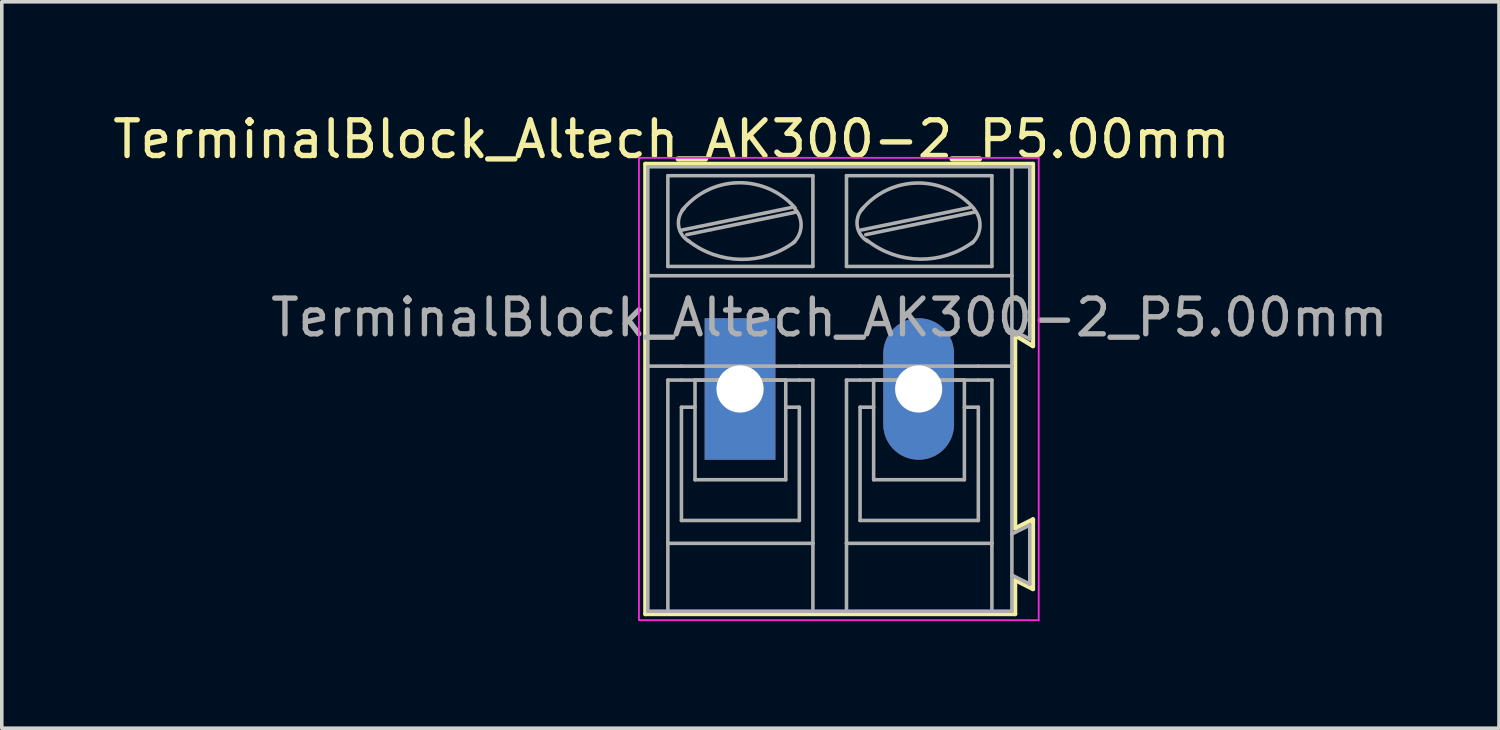
<source format=kicad_pcb>
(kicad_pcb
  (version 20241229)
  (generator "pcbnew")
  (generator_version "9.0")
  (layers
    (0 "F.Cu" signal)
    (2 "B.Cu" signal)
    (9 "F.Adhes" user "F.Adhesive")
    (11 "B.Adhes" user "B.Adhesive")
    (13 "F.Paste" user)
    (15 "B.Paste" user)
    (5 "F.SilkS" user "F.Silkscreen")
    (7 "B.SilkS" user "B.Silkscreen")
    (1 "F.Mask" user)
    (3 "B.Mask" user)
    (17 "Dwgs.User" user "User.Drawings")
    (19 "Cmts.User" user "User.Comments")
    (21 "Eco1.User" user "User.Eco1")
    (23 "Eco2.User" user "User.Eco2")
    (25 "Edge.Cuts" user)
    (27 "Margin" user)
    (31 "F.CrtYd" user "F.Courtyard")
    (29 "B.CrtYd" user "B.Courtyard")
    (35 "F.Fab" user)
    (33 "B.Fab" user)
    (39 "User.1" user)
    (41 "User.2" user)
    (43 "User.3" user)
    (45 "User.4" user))
  (footprint "TerminalBlock_Altech_AK300-2_P5.00mm"
    (layer "F.Cu")
    (at 17.664 7.838)
    (property "Reference" "TerminalBlock_Altech_AK300-2_P5.00mm" (at -1.92 -6.99 0) (layer "F.SilkS") (effects (font (size 1 1) (thickness 0.15))))
    (attr through_hole)
    (fp_line (start -2.65 -6.3) (end -2.65 6.3) (stroke (width 0.12) (type solid)) (layer "F.SilkS"))
    (fp_line (start -2.65 6.3) (end 7.7 6.3) (stroke (width 0.12) (type solid)) (layer "F.SilkS"))
    (fp_line (start 7.7 -1.5) (end 8.2 -1.2) (stroke (width 0.12) (type solid)) (layer "F.SilkS"))
    (fp_line (start 7.7 3.9) (end 7.7 -1.5) (stroke (width 0.12) (type solid)) (layer "F.SilkS"))
    (fp_line (start 7.7 5.35) (end 8.2 5.6) (stroke (width 0.12) (type solid)) (layer "F.SilkS"))
    (fp_line (start 7.7 6.3) (end 7.7 5.35) (stroke (width 0.12) (type solid)) (layer "F.SilkS"))
    (fp_line (start 8.2 -6.3) (end -2.65 -6.3) (stroke (width 0.12) (type solid)) (layer "F.SilkS"))
    (fp_line (start 8.2 -1.2) (end 8.2 -6.3) (stroke (width 0.12) (type solid)) (layer "F.SilkS"))
    (fp_line (start 8.2 3.65) (end 7.7 3.9) (stroke (width 0.12) (type solid)) (layer "F.SilkS"))
    (fp_line (start 8.2 3.7) (end 8.2 3.65) (stroke (width 0.12) (type solid)) (layer "F.SilkS"))
    (fp_line (start 8.2 5.6) (end 8.2 3.7) (stroke (width 0.12) (type solid)) (layer "F.SilkS"))
    (fp_line (start -2.83 -6.47) (end -2.83 6.47) (stroke (width 0.05) (type solid)) (layer "F.CrtYd"))
    (fp_line (start -2.83 -6.47) (end 8.36 -6.47) (stroke (width 0.05) (type solid)) (layer "F.CrtYd"))
    (fp_line (start 8.36 6.47) (end -2.83 6.47) (stroke (width 0.05) (type solid)) (layer "F.CrtYd"))
    (fp_line (start 8.36 6.47) (end 8.36 -6.47) (stroke (width 0.05) (type solid)) (layer "F.CrtYd"))
    (fp_line (start -2.58 -3.17) (end -2.58 -6.22) (stroke (width 0.1) (type solid)) (layer "F.Fab"))
    (fp_line (start -2.58 -3.17) (end 7.61 -3.17) (stroke (width 0.1) (type solid)) (layer "F.Fab"))
    (fp_line (start -2.58 -0.64) (end -2.58 -3.17) (stroke (width 0.1) (type solid)) (layer "F.Fab"))
    (fp_line (start -2.58 -0.64) (end -1.64 -0.64) (stroke (width 0.1) (type solid)) (layer "F.Fab"))
    (fp_line (start -2.58 6.22) (end -2.58 -0.64) (stroke (width 0.1) (type solid)) (layer "F.Fab"))
    (fp_line (start -2.58 6.22) (end -2.02 6.22) (stroke (width 0.1) (type solid)) (layer "F.Fab"))
    (fp_line (start -2.02 -3.43) (end -2.02 -5.97) (stroke (width 0.1) (type solid)) (layer "F.Fab"))
    (fp_line (start -2.02 -0.25) (end -2.02 4.32) (stroke (width 0.1) (type solid)) (layer "F.Fab"))
    (fp_line (start -2.02 -0.25) (end -1.64 -0.25) (stroke (width 0.1) (type solid)) (layer "F.Fab"))
    (fp_line (start -2.02 4.32) (end -2.02 6.22) (stroke (width 0.1) (type solid)) (layer "F.Fab"))
    (fp_line (start -2.02 6.22) (end 2.04 6.22) (stroke (width 0.1) (type solid)) (layer "F.Fab"))
    (fp_line (start -1.64 -0.64) (end 1.66 -0.64) (stroke (width 0.1) (type solid)) (layer "F.Fab"))
    (fp_line (start -1.64 0.51) (end -1.26 0.51) (stroke (width 0.1) (type solid)) (layer "F.Fab"))
    (fp_line (start -1.64 3.68) (end -1.64 0.51) (stroke (width 0.1) (type solid)) (layer "F.Fab"))
    (fp_line (start -1.62 -4.45) (end 1.44 -5.08) (stroke (width 0.1) (type solid)) (layer "F.Fab"))
    (fp_line (start -1.49 -4.32) (end 1.56 -4.95) (stroke (width 0.1) (type solid)) (layer "F.Fab"))
    (fp_line (start -1.26 -0.25) (end 1.28 -0.25) (stroke (width 0.1) (type solid)) (layer "F.Fab"))
    (fp_line (start -1.26 2.54) (end -1.26 -0.25) (stroke (width 0.1) (type solid)) (layer "F.Fab"))
    (fp_line (start -1.26 2.54) (end 1.28 2.54) (stroke (width 0.1) (type solid)) (layer "F.Fab"))
    (fp_line (start 1.28 2.54) (end 1.28 -0.25) (stroke (width 0.1) (type solid)) (layer "F.Fab"))
    (fp_line (start 1.66 -0.64) (end 3.36 -0.64) (stroke (width 0.1) (type solid)) (layer "F.Fab"))
    (fp_line (start 1.66 -0.25) (end -1.64 -0.25) (stroke (width 0.1) (type solid)) (layer "F.Fab"))
    (fp_line (start 1.66 0.51) (end 1.28 0.51) (stroke (width 0.1) (type solid)) (layer "F.Fab"))
    (fp_line (start 1.66 3.68) (end -1.64 3.68) (stroke (width 0.1) (type solid)) (layer "F.Fab"))
    (fp_line (start 1.66 3.68) (end 1.66 0.51) (stroke (width 0.1) (type solid)) (layer "F.Fab"))
    (fp_line (start 2.04 -5.97) (end -2.02 -5.97) (stroke (width 0.1) (type solid)) (layer "F.Fab"))
    (fp_line (start 2.04 -3.43) (end -2.02 -3.43) (stroke (width 0.1) (type solid)) (layer "F.Fab"))
    (fp_line (start 2.04 -3.43) (end 2.04 -5.97) (stroke (width 0.1) (type solid)) (layer "F.Fab"))
    (fp_line (start 2.04 -0.25) (end 1.66 -0.25) (stroke (width 0.1) (type solid)) (layer "F.Fab"))
    (fp_line (start 2.04 4.32) (end -2.02 4.32) (stroke (width 0.1) (type solid)) (layer "F.Fab"))
    (fp_line (start 2.04 4.32) (end 2.04 -0.25) (stroke (width 0.1) (type solid)) (layer "F.Fab"))
    (fp_line (start 2.04 6.22) (end 2.04 4.32) (stroke (width 0.1) (type solid)) (layer "F.Fab"))
    (fp_line (start 2.04 6.22) (end 2.98 6.22) (stroke (width 0.1) (type solid)) (layer "F.Fab"))
    (fp_line (start 2.98 -5.97) (end 7.05 -5.97) (stroke (width 0.1) (type solid)) (layer "F.Fab"))
    (fp_line (start 2.98 -3.43) (end 2.98 -5.97) (stroke (width 0.1) (type solid)) (layer "F.Fab"))
    (fp_line (start 2.98 -0.25) (end 3.36 -0.25) (stroke (width 0.1) (type solid)) (layer "F.Fab"))
    (fp_line (start 2.98 4.32) (end 2.98 -0.25) (stroke (width 0.1) (type solid)) (layer "F.Fab"))
    (fp_line (start 2.98 4.32) (end 7.05 4.32) (stroke (width 0.1) (type solid)) (layer "F.Fab"))
    (fp_line (start 2.98 6.22) (end 2.98 4.32) (stroke (width 0.1) (type solid)) (layer "F.Fab"))
    (fp_line (start 2.98 6.22) (end 7.05 6.22) (stroke (width 0.1) (type solid)) (layer "F.Fab"))
    (fp_line (start 3.36 -0.25) (end 6.67 -0.25) (stroke (width 0.1) (type solid)) (layer "F.Fab"))
    (fp_line (start 3.36 0.51) (end 3.74 0.51) (stroke (width 0.1) (type solid)) (layer "F.Fab"))
    (fp_line (start 3.36 3.68) (end 3.36 0.51) (stroke (width 0.1) (type solid)) (layer "F.Fab"))
    (fp_line (start 3.39 -4.45) (end 6.44 -5.08) (stroke (width 0.1) (type solid)) (layer "F.Fab"))
    (fp_line (start 3.52 -4.32) (end 6.56 -4.95) (stroke (width 0.1) (type solid)) (layer "F.Fab"))
    (fp_line (start 3.74 -0.25) (end 6.28 -0.25) (stroke (width 0.1) (type solid)) (layer "F.Fab"))
    (fp_line (start 3.74 2.54) (end 3.74 -0.25) (stroke (width 0.1) (type solid)) (layer "F.Fab"))
    (fp_line (start 3.74 2.54) (end 6.28 2.54) (stroke (width 0.1) (type solid)) (layer "F.Fab"))
    (fp_line (start 6.28 2.54) (end 6.28 -0.25) (stroke (width 0.1) (type solid)) (layer "F.Fab"))
    (fp_line (start 6.67 -0.64) (end 3.36 -0.64) (stroke (width 0.1) (type solid)) (layer "F.Fab"))
    (fp_line (start 6.67 0.51) (end 6.28 0.51) (stroke (width 0.1) (type solid)) (layer "F.Fab"))
    (fp_line (start 6.67 3.68) (end 3.36 3.68) (stroke (width 0.1) (type solid)) (layer "F.Fab"))
    (fp_line (start 6.67 3.68) (end 6.67 0.51) (stroke (width 0.1) (type solid)) (layer "F.Fab"))
    (fp_line (start 7.05 -5.97) (end 7.05 -3.43) (stroke (width 0.1) (type solid)) (layer "F.Fab"))
    (fp_line (start 7.05 -3.43) (end 2.98 -3.43) (stroke (width 0.1) (type solid)) (layer "F.Fab"))
    (fp_line (start 7.05 -0.25) (end 6.67 -0.25) (stroke (width 0.1) (type solid)) (layer "F.Fab"))
    (fp_line (start 7.05 -0.25) (end 7.05 4.32) (stroke (width 0.1) (type solid)) (layer "F.Fab"))
    (fp_line (start 7.05 4.32) (end 7.05 6.22) (stroke (width 0.1) (type solid)) (layer "F.Fab"))
    (fp_line (start 7.05 6.22) (end 7.61 6.22) (stroke (width 0.1) (type solid)) (layer "F.Fab"))
    (fp_line (start 7.61 -6.22) (end -2.58 -6.22) (stroke (width 0.1) (type solid)) (layer "F.Fab"))
    (fp_line (start 7.61 -6.22) (end 7.61 -3.17) (stroke (width 0.1) (type solid)) (layer "F.Fab"))
    (fp_line (start 7.61 -6.22) (end 8.11 -6.22) (stroke (width 0.1) (type solid)) (layer "F.Fab"))
    (fp_line (start 7.61 -3.17) (end 7.61 -1.65) (stroke (width 0.1) (type solid)) (layer "F.Fab"))
    (fp_line (start 7.61 -1.65) (end 7.61 -0.64) (stroke (width 0.1) (type solid)) (layer "F.Fab"))
    (fp_line (start 7.61 -0.64) (end 6.67 -0.64) (stroke (width 0.1) (type solid)) (layer "F.Fab"))
    (fp_line (start 7.61 -0.64) (end 7.61 4.06) (stroke (width 0.1) (type solid)) (layer "F.Fab"))
    (fp_line (start 7.61 4.06) (end 7.61 5.21) (stroke (width 0.1) (type solid)) (layer "F.Fab"))
    (fp_line (start 7.61 5.21) (end 7.61 6.22) (stroke (width 0.1) (type solid)) (layer "F.Fab"))
    (fp_line (start 8.11 -6.22) (end 8.11 -1.4) (stroke (width 0.1) (type solid)) (layer "F.Fab"))
    (fp_line (start 8.11 -1.4) (end 7.61 -1.65) (stroke (width 0.1) (type solid)) (layer "F.Fab"))
    (fp_line (start 8.11 3.81) (end 7.61 4.06) (stroke (width 0.1) (type solid)) (layer "F.Fab"))
    (fp_line (start 8.11 3.81) (end 8.11 5.46) (stroke (width 0.1) (type solid)) (layer "F.Fab"))
    (fp_line (start 8.11 5.46) (end 7.61 5.21) (stroke (width 0.1) (type solid)) (layer "F.Fab"))
    (fp_arc (start -1.62 -5) (mid -0.05669 -5.772528) (end 1.539976 -5.071534) (stroke (width 0.1) (type solid)) (layer "F.Fab"))
    (fp_arc (start -1.42 -4.13) (mid -1.718466 -4.559406) (end -1.562972 -5.058699) (stroke (width 0.1) (type solid)) (layer "F.Fab"))
    (fp_arc (start 1.53 -5.05) (mid 1.708693 -4.558754) (end 1.485619 -4.086005) (stroke (width 0.1) (type solid)) (layer "F.Fab"))
    (fp_arc (start 1.53 -4.12) (mid 0.02849 -3.628196) (end -1.459829 -4.158582) (stroke (width 0.1) (type solid)) (layer "F.Fab"))
    (fp_arc (start 3.39 -5) (mid 4.949737 -5.764867) (end 6.538239 -5.061686) (stroke (width 0.1) (type solid)) (layer "F.Fab"))
    (fp_arc (start 3.58 -4.13) (mid 3.281534 -4.559406) (end 3.437028 -5.058699) (stroke (width 0.1) (type solid)) (layer "F.Fab"))
    (fp_arc (start 6.53 -4.12) (mid 5.030583 -3.634318) (end 3.547667 -4.168263) (stroke (width 0.1) (type solid)) (layer "F.Fab"))
    (fp_arc (start 6.54 -5.05) (mid 6.715733 -4.551652) (end 6.485532 -4.076005) (stroke (width 0.1) (type solid)) (layer "F.Fab"))
    (fp_text user "${REFERENCE}" (at 2.5 -2 0) (layer "F.Fab") (effects (font (size 1 1) (thickness 0.15))))
    (pad "1" thru_hole rect (at 0 0) (size 1.98 3.96) (drill 1.32) (layers "*.Cu" "*.Mask"))
    (pad "2" thru_hole oval (at 5 0) (size 1.98 3.96) (drill 1.32) (layers "*.Cu" "*.Mask")))
  (gr_rect
    (start -3 -3)
    (end 38.908 17.333)
    (stroke (width 0.1) (type default))
    (fill no)
    (layer "Edge.Cuts")))
</source>
